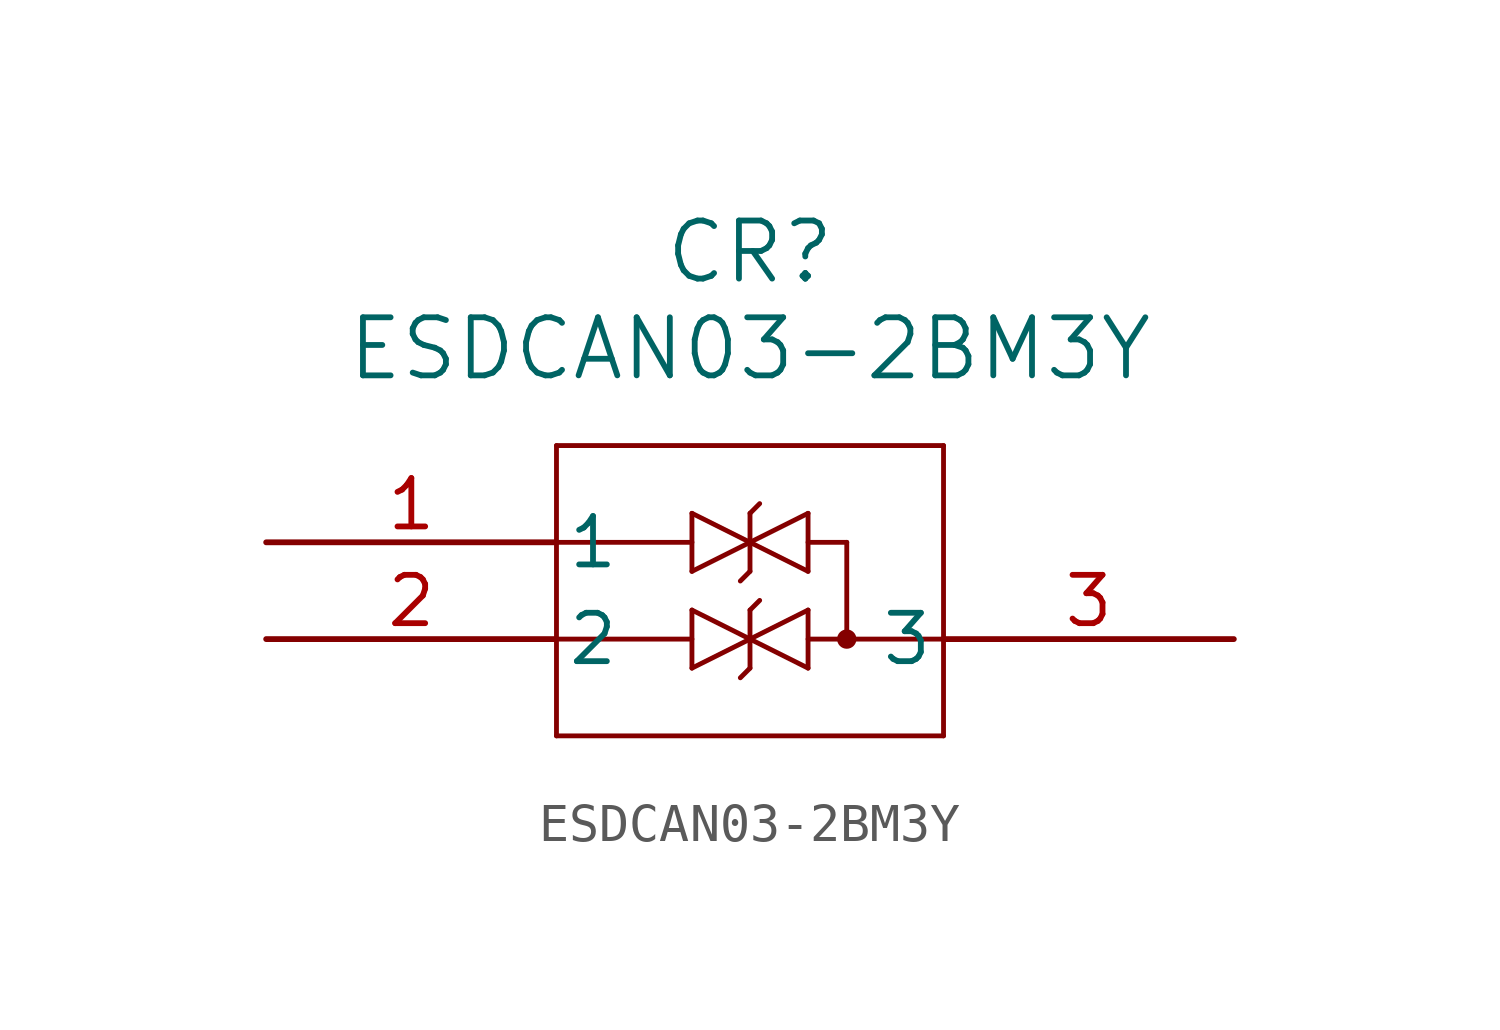
<source format=kicad_sym>
(kicad_symbol_lib
  (version 20211014)
  (generator kicad_symbol_editor)
  (symbol "ESDCAN03-2BM3Y"
    (pin_names
      (offset 0.254))
    (property "Reference" "CR"
      (at 12.7 7.62 0)
      (effects (font (size 1.524 1.524))))
    (property "Value" "ESDCAN03-2BM3Y"
      (at 12.7 5.08 0)
      (effects (font (size 1.524 1.524))))
    (symbol "ESDCAN03-2BM3Y_0_1"
      (polyline (pts (xy 7.62 2.54) (xy 7.62 -5.08)) (stroke (width 0.127) (type default) (color 0 0 0 0)) (fill (type none)))
      (polyline (pts (xy 7.62 -5.08) (xy 17.78 -5.08)) (stroke (width 0.127) (type default) (color 0 0 0 0)) (fill (type none)))
      (polyline (pts (xy 17.78 -5.08) (xy 17.78 2.54)) (stroke (width 0.127) (type default) (color 0 0 0 0)) (fill (type none)))
      (polyline (pts (xy 17.78 2.54) (xy 7.62 2.54)) (stroke (width 0.127) (type default) (color 0 0 0 0)) (fill (type none)))
      (polyline (pts (xy 7.62 0) (xy 11.176 0)) (stroke (width 0.127) (type default) (color 0 0 0 0)) (fill (type none)))
      (polyline (pts (xy 7.62 -2.54) (xy 11.176 -2.54)) (stroke (width 0.127) (type default) (color 0 0 0 0)) (fill (type none)))
      (polyline (pts (xy 14.224 0) (xy 15.24 0)) (stroke (width 0.127) (type default) (color 0 0 0 0)) (fill (type none)))
      (polyline (pts (xy 14.224 -2.54) (xy 17.78 -2.54)) (stroke (width 0.127) (type default) (color 0 0 0 0)) (fill (type none)))
      (polyline (pts (xy 15.24 0) (xy 15.24 -2.54)) (stroke (width 0.127) (type default) (color 0 0 0 0)) (fill (type none)))
      (polyline (pts (xy 11.176 0.762) (xy 11.176 -0.762)) (stroke (width 0.127) (type default) (color 0 0 0 0)) (fill (type none)))
      (polyline (pts (xy 11.176 -0.762) (xy 12.7 0)) (stroke (width 0.127) (type default) (color 0 0 0 0)) (fill (type none)))
      (polyline (pts (xy 12.7 0) (xy 11.176 0.762)) (stroke (width 0.127) (type default) (color 0 0 0 0)) (fill (type none)))
      (polyline (pts (xy 11.176 -1.778) (xy 11.176 -3.302)) (stroke (width 0.127) (type default) (color 0 0 0 0)) (fill (type none)))
      (polyline (pts (xy 11.176 -3.302) (xy 12.7 -2.54)) (stroke (width 0.127) (type default) (color 0 0 0 0)) (fill (type none)))
      (polyline (pts (xy 12.7 -2.54) (xy 11.176 -1.778)) (stroke (width 0.127) (type default) (color 0 0 0 0)) (fill (type none)))
      (polyline (pts (xy 14.224 -3.302) (xy 14.224 -1.778)) (stroke (width 0.127) (type default) (color 0 0 0 0)) (fill (type none)))
      (polyline (pts (xy 14.224 -1.778) (xy 12.7 -2.54)) (stroke (width 0.127) (type default) (color 0 0 0 0)) (fill (type none)))
      (circle (center 15.24 -2.54) (radius 0.127) (stroke (width 0.254) (type default) (color 0 0 0 0)) (fill (type none)))
      (polyline (pts (xy 12.7 -2.54) (xy 14.224 -3.302)) (stroke (width 0.127) (type default) (color 0 0 0 0)) (fill (type none)))
      (polyline (pts (xy 12.7 -3.302) (xy 12.7 -1.778)) (stroke (width 0.127) (type default) (color 0 0 0 0)) (fill (type none)))
      (polyline (pts (xy 14.224 -0.762) (xy 14.224 0.762)) (stroke (width 0.127) (type default) (color 0 0 0 0)) (fill (type none)))
      (polyline (pts (xy 14.224 0.762) (xy 12.7 0)) (stroke (width 0.127) (type default) (color 0 0 0 0)) (fill (type none)))
      (polyline (pts (xy 12.7 0) (xy 14.224 -0.762)) (stroke (width 0.127) (type default) (color 0 0 0 0)) (fill (type none)))
      (polyline (pts (xy 12.7 -0.762) (xy 12.7 0.762)) (stroke (width 0.127) (type default) (color 0 0 0 0)) (fill (type none)))
      (polyline (pts (xy 12.7 -3.302) (xy 12.446 -3.556)) (stroke (width 0.127) (type default) (color 0 0 0 0)) (fill (type none)))
      (polyline (pts (xy 12.7 -1.778) (xy 12.954 -1.524)) (stroke (width 0.127) (type default) (color 0 0 0 0)) (fill (type none)))
      (polyline (pts (xy 12.7 -0.762) (xy 12.446 -1.016)) (stroke (width 0.127) (type default) (color 0 0 0 0)) (fill (type none)))
      (polyline (pts (xy 12.7 0.762) (xy 12.954 1.016)) (stroke (width 0.127) (type default) (color 0 0 0 0)) (fill (type none)))
      (pin unspecified line (at 0 0 0) (length 7.62) (name "1" (effects (font (size 1.27 1.27)))) (number "1" (effects (font (size 1.27 1.27)))))
      (pin unspecified line (at 0 -2.54 0) (length 7.62) (name "2" (effects (font (size 1.27 1.27)))) (number "2" (effects (font (size 1.27 1.27)))))
      (pin unspecified line (at 25.4 -2.54 180) (length 7.62) (name "3" (effects (font (size 1.27 1.27)))) (number "3" (effects (font (size 1.27 1.27))))))))
</source>
